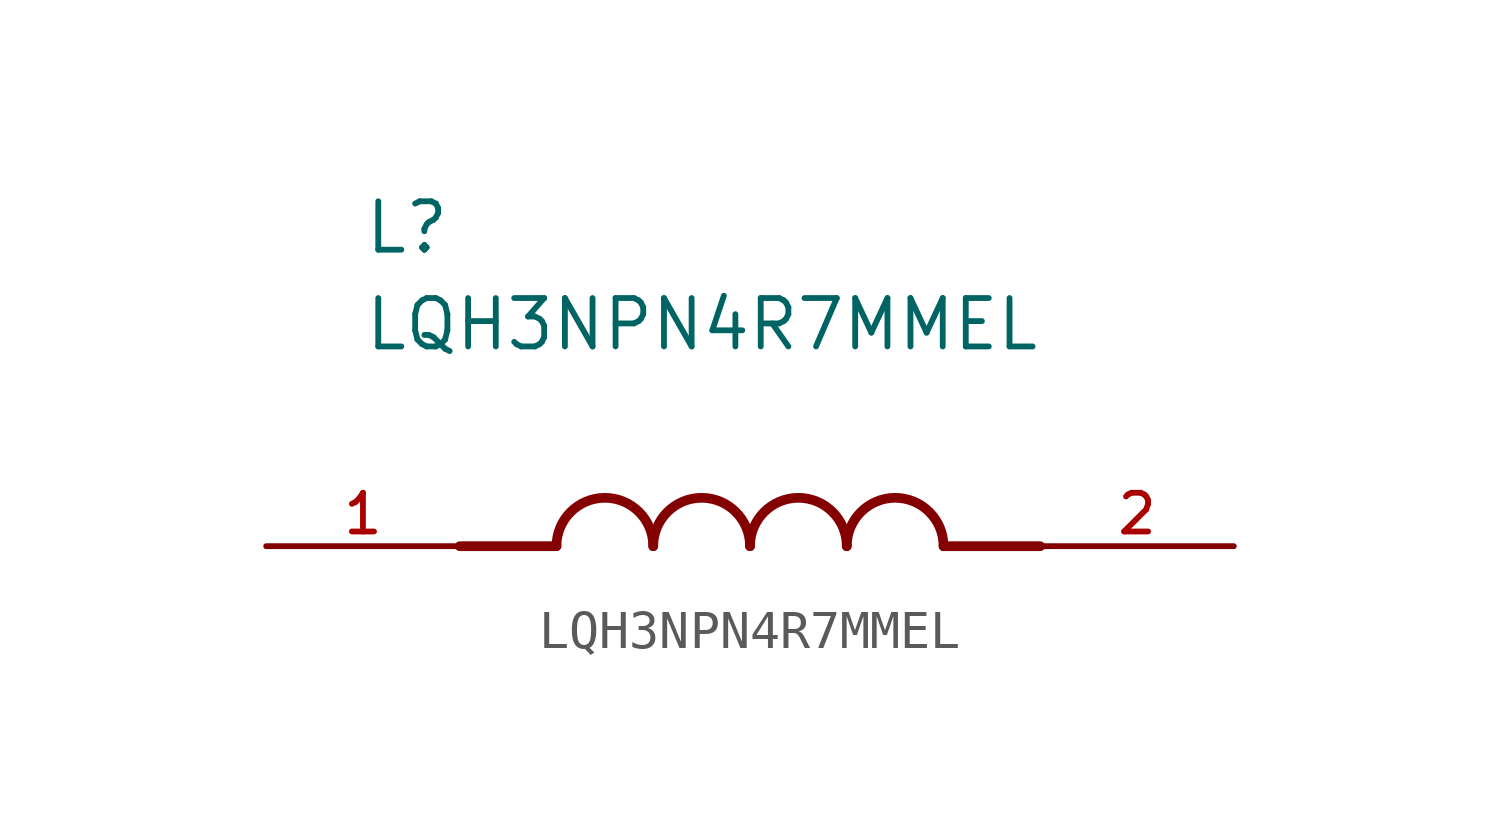
<source format=kicad_sym>
(kicad_symbol_lib
  (version 20211014)
  (generator kicad_symbol_editor)
  (symbol "LQH3NPN4R7MMEL"
    (pin_names
      (offset 1.016))
    (property "Reference" "L"
      (at -10.16 7.62 0)
      (effects (font (size 1.27 1.27)) (justify bottom left)))
    (property "Value" "LQH3NPN4R7MMEL"
      (at -10.16 5.08 0)
      (effects (font (size 1.27 1.27)) (justify bottom left)))
    (symbol "LQH3NPN4R7MMEL_0_0"
      (polyline (pts (xy -5.08 0.0) (xy -7.62 0.0)) (stroke (width 0.254)))
      (polyline (pts (xy 5.08 0.0) (xy 7.62 0.0)) (stroke (width 0.254)))
      (arc (start -2.54 0.0) (mid -3.81 1.27) (end -5.08 0.0) (stroke (width 0.254) (type default) (color 0 0 0 0)) (fill (type none)))
      (arc (start 0.0 0.0) (mid -1.27 1.27) (end -2.54 0.0) (stroke (width 0.254) (type default) (color 0 0 0 0)) (fill (type none)))
      (arc (start 2.54 0.0) (mid 1.27 1.27) (end 0.0 0.0) (stroke (width 0.254) (type default) (color 0 0 0 0)) (fill (type none)))
      (arc (start 5.08 0.0) (mid 3.81 1.27) (end 2.54 0.0) (stroke (width 0.254) (type default) (color 0 0 0 0)) (fill (type none)))
      (pin passive line (at -12.7 0.0 0) (length 5.08) (name "~" (effects (font (size 1.016 1.016)))) (number "1" (effects (font (size 1.016 1.016)))))
      (pin passive line (at 12.7 0.0 180.0) (length 5.08) (name "~" (effects (font (size 1.016 1.016)))) (number "2" (effects (font (size 1.016 1.016))))))))
</source>
